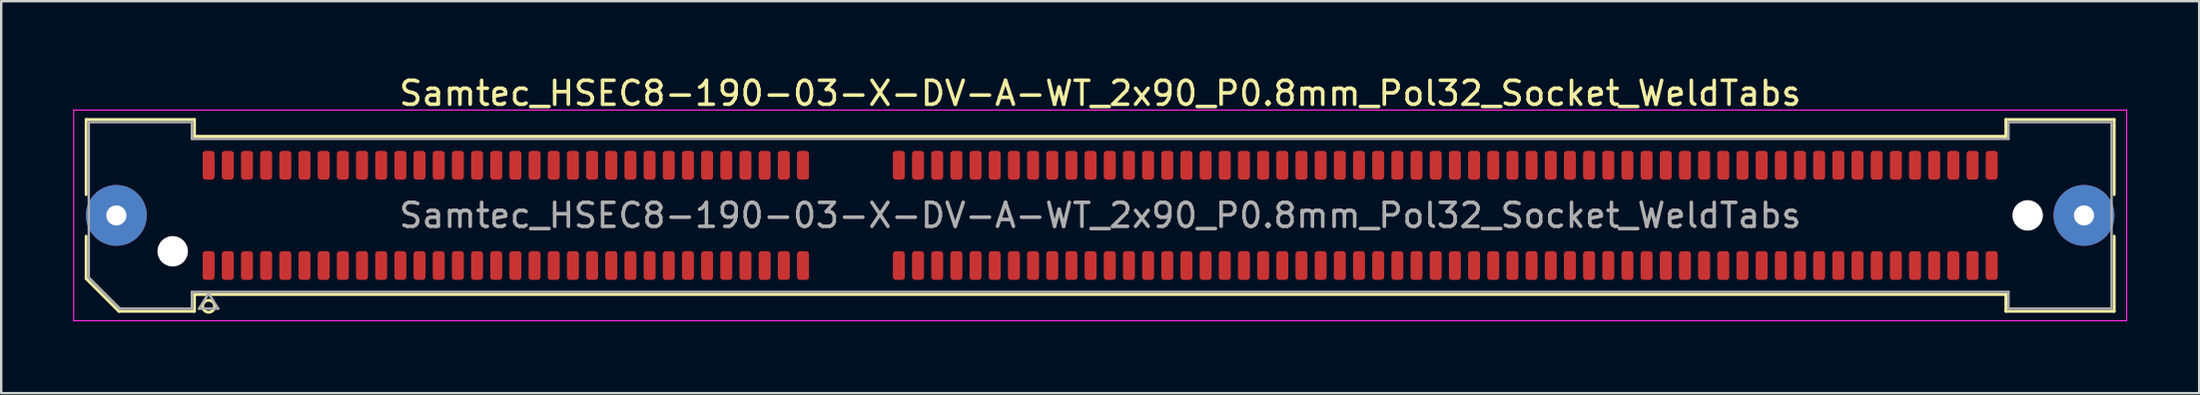
<source format=kicad_pcb>
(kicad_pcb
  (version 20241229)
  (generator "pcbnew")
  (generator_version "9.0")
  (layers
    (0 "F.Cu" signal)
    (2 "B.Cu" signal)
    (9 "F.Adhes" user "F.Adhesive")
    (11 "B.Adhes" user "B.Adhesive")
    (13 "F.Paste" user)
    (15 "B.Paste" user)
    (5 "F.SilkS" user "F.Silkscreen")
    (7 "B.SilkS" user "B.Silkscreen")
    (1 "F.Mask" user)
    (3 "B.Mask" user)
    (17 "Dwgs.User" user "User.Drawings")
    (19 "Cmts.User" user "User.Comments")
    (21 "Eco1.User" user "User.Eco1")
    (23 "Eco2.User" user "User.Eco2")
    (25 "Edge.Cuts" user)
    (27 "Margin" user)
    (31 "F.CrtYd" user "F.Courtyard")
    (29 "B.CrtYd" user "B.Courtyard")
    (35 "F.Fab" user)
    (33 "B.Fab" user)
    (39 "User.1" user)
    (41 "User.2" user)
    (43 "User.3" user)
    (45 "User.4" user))
  (footprint "Samtec_HSEC8-190-03-X-DV-A-WT_2x90_P0.8mm_Pol32_Socket_WeldTabs"
    (layer "F.Cu")
    (at 42.855 5.948)
    (property "Reference" "Samtec_HSEC8-190-03-X-DV-A-WT_2x90_P0.8mm_Pol32_Socket_WeldTabs" (at 0 -5.1 0) (layer "F.SilkS") (effects (font (size 1 1) (thickness 0.15))))
    (attr smd)
    (fp_line (start -42.31 -4.005) (end -37.79 -4.005) (stroke (width 0.12) (type solid)) (layer "F.SilkS"))
    (fp_line (start -42.31 -0.868) (end -42.31 -4.005) (stroke (width 0.12) (type solid)) (layer "F.SilkS"))
    (fp_line (start -42.31 2.641) (end -42.31 0.868) (stroke (width 0.12) (type solid)) (layer "F.SilkS"))
    (fp_line (start -40.946 4.005) (end -42.31 2.641) (stroke (width 0.12) (type solid)) (layer "F.SilkS"))
    (fp_line (start -37.79 -4.005) (end -37.79 -3.305) (stroke (width 0.12) (type solid)) (layer "F.SilkS"))
    (fp_line (start -37.79 -3.305) (end 37.79 -3.305) (stroke (width 0.12) (type solid)) (layer "F.SilkS"))
    (fp_line (start -37.79 3.305) (end -37.79 4.005) (stroke (width 0.12) (type solid)) (layer "F.SilkS"))
    (fp_line (start -37.79 4.005) (end -40.946 4.005) (stroke (width 0.12) (type solid)) (layer "F.SilkS"))
    (fp_line (start 37.79 -4.005) (end 42.31 -4.005) (stroke (width 0.12) (type solid)) (layer "F.SilkS"))
    (fp_line (start 37.79 -3.305) (end 37.79 -4.005) (stroke (width 0.12) (type solid)) (layer "F.SilkS"))
    (fp_line (start 37.79 3.305) (end -37.79 3.305) (stroke (width 0.12) (type solid)) (layer "F.SilkS"))
    (fp_line (start 37.79 4.005) (end 37.79 3.305) (stroke (width 0.12) (type solid)) (layer "F.SilkS"))
    (fp_line (start 42.31 -4.005) (end 42.31 -0.868) (stroke (width 0.12) (type solid)) (layer "F.SilkS"))
    (fp_line (start 42.31 0.868) (end 42.31 4.005) (stroke (width 0.12) (type solid)) (layer "F.SilkS"))
    (fp_line (start 42.31 4.005) (end 37.79 4.005) (stroke (width 0.12) (type solid)) (layer "F.SilkS"))
    (fp_circle (center -37.2 3.795) (end -36.95 3.795) (stroke (width 0.12) (type solid)) (fill no) (layer "F.SilkS"))
    (fp_line (start -42.83 -4.4) (end -42.83 4.4) (stroke (width 0.05) (type solid)) (layer "F.CrtYd"))
    (fp_line (start -42.83 4.4) (end 42.83 4.4) (stroke (width 0.05) (type solid)) (layer "F.CrtYd"))
    (fp_line (start 42.83 -4.4) (end -42.83 -4.4) (stroke (width 0.05) (type solid)) (layer "F.CrtYd"))
    (fp_line (start 42.83 4.4) (end 42.83 -4.4) (stroke (width 0.05) (type solid)) (layer "F.CrtYd"))
    (fp_line (start -42.2 -3.895) (end -37.9 -3.895) (stroke (width 0.1) (type solid)) (layer "F.Fab"))
    (fp_line (start -42.2 2.595) (end -42.2 -3.895) (stroke (width 0.1) (type solid)) (layer "F.Fab"))
    (fp_line (start -40.9 3.895) (end -42.2 2.595) (stroke (width 0.1) (type solid)) (layer "F.Fab"))
    (fp_line (start -37.9 -3.895) (end -37.9 -3.195) (stroke (width 0.1) (type solid)) (layer "F.Fab"))
    (fp_line (start -37.9 -3.195) (end 37.9 -3.195) (stroke (width 0.1) (type solid)) (layer "F.Fab"))
    (fp_line (start -37.9 3.195) (end -37.9 3.895) (stroke (width 0.1) (type solid)) (layer "F.Fab"))
    (fp_line (start -37.9 3.895) (end -40.9 3.895) (stroke (width 0.1) (type solid)) (layer "F.Fab"))
    (fp_line (start -37.6 3.895) (end -37.2 3.255) (stroke (width 0.1) (type solid)) (layer "F.Fab"))
    (fp_line (start -37.2 3.255) (end -36.8 3.895) (stroke (width 0.1) (type solid)) (layer "F.Fab"))
    (fp_line (start -36.8 3.895) (end -37.6 3.895) (stroke (width 0.1) (type solid)) (layer "F.Fab"))
    (fp_line (start 37.9 -3.895) (end 42.2 -3.895) (stroke (width 0.1) (type solid)) (layer "F.Fab"))
    (fp_line (start 37.9 -3.195) (end 37.9 -3.895) (stroke (width 0.1) (type solid)) (layer "F.Fab"))
    (fp_line (start 37.9 3.195) (end -37.9 3.195) (stroke (width 0.1) (type solid)) (layer "F.Fab"))
    (fp_line (start 37.9 3.895) (end 37.9 3.195) (stroke (width 0.1) (type solid)) (layer "F.Fab"))
    (fp_line (start 42.2 -3.895) (end 42.2 3.895) (stroke (width 0.1) (type solid)) (layer "F.Fab"))
    (fp_line (start 42.2 3.895) (end 37.9 3.895) (stroke (width 0.1) (type solid)) (layer "F.Fab"))
    (fp_text user "${REFERENCE}" (at 0 0 0) (layer "F.Fab") (effects (font (size 1 1) (thickness 0.15))))
    (pad "" thru_hole circle (at -41.05 0) (size 2.54 2.54) (drill 0.84) (layers "*.Cu" "*.Mask" "F.Paste"))
    (pad "" np_thru_hole circle (at -38.7 1.5) (size 1.27 1.27) (drill 1.27) (layers "*.Cu" "*.Mask"))
    (pad "" np_thru_hole circle (at 38.7 0) (size 1.27 1.27) (drill 1.27) (layers "*.Cu" "*.Mask"))
    (pad "" thru_hole circle (at 41.05 0) (size 2.54 2.54) (drill 0.84) (layers "*.Cu" "*.Mask" "F.Paste"))
    (pad "1" smd roundrect (at -37.2 2.095) (size 0.5 1.2) (layers "F.Cu" "F.Mask" "F.Paste") (roundrect_rratio 0.25))
    (pad "2" smd roundrect (at -37.2 -2.095) (size 0.5 1.2) (layers "F.Cu" "F.Mask" "F.Paste") (roundrect_rratio 0.25))
    (pad "3" smd roundrect (at -36.4 2.095) (size 0.5 1.2) (layers "F.Cu" "F.Mask" "F.Paste") (roundrect_rratio 0.25))
    (pad "4" smd roundrect (at -36.4 -2.095) (size 0.5 1.2) (layers "F.Cu" "F.Mask" "F.Paste") (roundrect_rratio 0.25))
    (pad "5" smd roundrect (at -35.6 2.095) (size 0.5 1.2) (layers "F.Cu" "F.Mask" "F.Paste") (roundrect_rratio 0.25))
    (pad "6" smd roundrect (at -35.6 -2.095) (size 0.5 1.2) (layers "F.Cu" "F.Mask" "F.Paste") (roundrect_rratio 0.25))
    (pad "7" smd roundrect (at -34.8 2.095) (size 0.5 1.2) (layers "F.Cu" "F.Mask" "F.Paste") (roundrect_rratio 0.25))
    (pad "8" smd roundrect (at -34.8 -2.095) (size 0.5 1.2) (layers "F.Cu" "F.Mask" "F.Paste") (roundrect_rratio 0.25))
    (pad "9" smd roundrect (at -34 2.095) (size 0.5 1.2) (layers "F.Cu" "F.Mask" "F.Paste") (roundrect_rratio 0.25))
    (pad "10" smd roundrect (at -34 -2.095) (size 0.5 1.2) (layers "F.Cu" "F.Mask" "F.Paste") (roundrect_rratio 0.25))
    (pad "11" smd roundrect (at -33.2 2.095) (size 0.5 1.2) (layers "F.Cu" "F.Mask" "F.Paste") (roundrect_rratio 0.25))
    (pad "12" smd roundrect (at -33.2 -2.095) (size 0.5 1.2) (layers "F.Cu" "F.Mask" "F.Paste") (roundrect_rratio 0.25))
    (pad "13" smd roundrect (at -32.4 2.095) (size 0.5 1.2) (layers "F.Cu" "F.Mask" "F.Paste") (roundrect_rratio 0.25))
    (pad "14" smd roundrect (at -32.4 -2.095) (size 0.5 1.2) (layers "F.Cu" "F.Mask" "F.Paste") (roundrect_rratio 0.25))
    (pad "15" smd roundrect (at -31.6 2.095) (size 0.5 1.2) (layers "F.Cu" "F.Mask" "F.Paste") (roundrect_rratio 0.25))
    (pad "16" smd roundrect (at -31.6 -2.095) (size 0.5 1.2) (layers "F.Cu" "F.Mask" "F.Paste") (roundrect_rratio 0.25))
    (pad "17" smd roundrect (at -30.8 2.095) (size 0.5 1.2) (layers "F.Cu" "F.Mask" "F.Paste") (roundrect_rratio 0.25))
    (pad "18" smd roundrect (at -30.8 -2.095) (size 0.5 1.2) (layers "F.Cu" "F.Mask" "F.Paste") (roundrect_rratio 0.25))
    (pad "19" smd roundrect (at -30 2.095) (size 0.5 1.2) (layers "F.Cu" "F.Mask" "F.Paste") (roundrect_rratio 0.25))
    (pad "20" smd roundrect (at -30 -2.095) (size 0.5 1.2) (layers "F.Cu" "F.Mask" "F.Paste") (roundrect_rratio 0.25))
    (pad "21" smd roundrect (at -29.2 2.095) (size 0.5 1.2) (layers "F.Cu" "F.Mask" "F.Paste") (roundrect_rratio 0.25))
    (pad "22" smd roundrect (at -29.2 -2.095) (size 0.5 1.2) (layers "F.Cu" "F.Mask" "F.Paste") (roundrect_rratio 0.25))
    (pad "23" smd roundrect (at -28.4 2.095) (size 0.5 1.2) (layers "F.Cu" "F.Mask" "F.Paste") (roundrect_rratio 0.25))
    (pad "24" smd roundrect (at -28.4 -2.095) (size 0.5 1.2) (layers "F.Cu" "F.Mask" "F.Paste") (roundrect_rratio 0.25))
    (pad "25" smd roundrect (at -27.6 2.095) (size 0.5 1.2) (layers "F.Cu" "F.Mask" "F.Paste") (roundrect_rratio 0.25))
    (pad "26" smd roundrect (at -27.6 -2.095) (size 0.5 1.2) (layers "F.Cu" "F.Mask" "F.Paste") (roundrect_rratio 0.25))
    (pad "27" smd roundrect (at -26.8 2.095) (size 0.5 1.2) (layers "F.Cu" "F.Mask" "F.Paste") (roundrect_rratio 0.25))
    (pad "28" smd roundrect (at -26.8 -2.095) (size 0.5 1.2) (layers "F.Cu" "F.Mask" "F.Paste") (roundrect_rratio 0.25))
    (pad "29" smd roundrect (at -26 2.095) (size 0.5 1.2) (layers "F.Cu" "F.Mask" "F.Paste") (roundrect_rratio 0.25))
    (pad "30" smd roundrect (at -26 -2.095) (size 0.5 1.2) (layers "F.Cu" "F.Mask" "F.Paste") (roundrect_rratio 0.25))
    (pad "31" smd roundrect (at -25.2 2.095) (size 0.5 1.2) (layers "F.Cu" "F.Mask" "F.Paste") (roundrect_rratio 0.25))
    (pad "32" smd roundrect (at -25.2 -2.095) (size 0.5 1.2) (layers "F.Cu" "F.Mask" "F.Paste") (roundrect_rratio 0.25))
    (pad "33" smd roundrect (at -24.4 2.095) (size 0.5 1.2) (layers "F.Cu" "F.Mask" "F.Paste") (roundrect_rratio 0.25))
    (pad "34" smd roundrect (at -24.4 -2.095) (size 0.5 1.2) (layers "F.Cu" "F.Mask" "F.Paste") (roundrect_rratio 0.25))
    (pad "35" smd roundrect (at -23.6 2.095) (size 0.5 1.2) (layers "F.Cu" "F.Mask" "F.Paste") (roundrect_rratio 0.25))
    (pad "36" smd roundrect (at -23.6 -2.095) (size 0.5 1.2) (layers "F.Cu" "F.Mask" "F.Paste") (roundrect_rratio 0.25))
    (pad "37" smd roundrect (at -22.8 2.095) (size 0.5 1.2) (layers "F.Cu" "F.Mask" "F.Paste") (roundrect_rratio 0.25))
    (pad "38" smd roundrect (at -22.8 -2.095) (size 0.5 1.2) (layers "F.Cu" "F.Mask" "F.Paste") (roundrect_rratio 0.25))
    (pad "39" smd roundrect (at -22 2.095) (size 0.5 1.2) (layers "F.Cu" "F.Mask" "F.Paste") (roundrect_rratio 0.25))
    (pad "40" smd roundrect (at -22 -2.095) (size 0.5 1.2) (layers "F.Cu" "F.Mask" "F.Paste") (roundrect_rratio 0.25))
    (pad "41" smd roundrect (at -21.2 2.095) (size 0.5 1.2) (layers "F.Cu" "F.Mask" "F.Paste") (roundrect_rratio 0.25))
    (pad "42" smd roundrect (at -21.2 -2.095) (size 0.5 1.2) (layers "F.Cu" "F.Mask" "F.Paste") (roundrect_rratio 0.25))
    (pad "43" smd roundrect (at -20.4 2.095) (size 0.5 1.2) (layers "F.Cu" "F.Mask" "F.Paste") (roundrect_rratio 0.25))
    (pad "44" smd roundrect (at -20.4 -2.095) (size 0.5 1.2) (layers "F.Cu" "F.Mask" "F.Paste") (roundrect_rratio 0.25))
    (pad "45" smd roundrect (at -19.6 2.095) (size 0.5 1.2) (layers "F.Cu" "F.Mask" "F.Paste") (roundrect_rratio 0.25))
    (pad "46" smd roundrect (at -19.6 -2.095) (size 0.5 1.2) (layers "F.Cu" "F.Mask" "F.Paste") (roundrect_rratio 0.25))
    (pad "47" smd roundrect (at -18.8 2.095) (size 0.5 1.2) (layers "F.Cu" "F.Mask" "F.Paste") (roundrect_rratio 0.25))
    (pad "48" smd roundrect (at -18.8 -2.095) (size 0.5 1.2) (layers "F.Cu" "F.Mask" "F.Paste") (roundrect_rratio 0.25))
    (pad "49" smd roundrect (at -18 2.095) (size 0.5 1.2) (layers "F.Cu" "F.Mask" "F.Paste") (roundrect_rratio 0.25))
    (pad "50" smd roundrect (at -18 -2.095) (size 0.5 1.2) (layers "F.Cu" "F.Mask" "F.Paste") (roundrect_rratio 0.25))
    (pad "51" smd roundrect (at -17.2 2.095) (size 0.5 1.2) (layers "F.Cu" "F.Mask" "F.Paste") (roundrect_rratio 0.25))
    (pad "52" smd roundrect (at -17.2 -2.095) (size 0.5 1.2) (layers "F.Cu" "F.Mask" "F.Paste") (roundrect_rratio 0.25))
    (pad "53" smd roundrect (at -16.4 2.095) (size 0.5 1.2) (layers "F.Cu" "F.Mask" "F.Paste") (roundrect_rratio 0.25))
    (pad "54" smd roundrect (at -16.4 -2.095) (size 0.5 1.2) (layers "F.Cu" "F.Mask" "F.Paste") (roundrect_rratio 0.25))
    (pad "55" smd roundrect (at -15.6 2.095) (size 0.5 1.2) (layers "F.Cu" "F.Mask" "F.Paste") (roundrect_rratio 0.25))
    (pad "56" smd roundrect (at -15.6 -2.095) (size 0.5 1.2) (layers "F.Cu" "F.Mask" "F.Paste") (roundrect_rratio 0.25))
    (pad "57" smd roundrect (at -14.8 2.095) (size 0.5 1.2) (layers "F.Cu" "F.Mask" "F.Paste") (roundrect_rratio 0.25))
    (pad "58" smd roundrect (at -14.8 -2.095) (size 0.5 1.2) (layers "F.Cu" "F.Mask" "F.Paste") (roundrect_rratio 0.25))
    (pad "59" smd roundrect (at -14 2.095) (size 0.5 1.2) (layers "F.Cu" "F.Mask" "F.Paste") (roundrect_rratio 0.25))
    (pad "60" smd roundrect (at -14 -2.095) (size 0.5 1.2) (layers "F.Cu" "F.Mask" "F.Paste") (roundrect_rratio 0.25))
    (pad "61" smd roundrect (at -13.2 2.095) (size 0.5 1.2) (layers "F.Cu" "F.Mask" "F.Paste") (roundrect_rratio 0.25))
    (pad "62" smd roundrect (at -13.2 -2.095) (size 0.5 1.2) (layers "F.Cu" "F.Mask" "F.Paste") (roundrect_rratio 0.25))
    (pad "63" smd roundrect (at -12.4 2.095) (size 0.5 1.2) (layers "F.Cu" "F.Mask" "F.Paste") (roundrect_rratio 0.25))
    (pad "64" smd roundrect (at -12.4 -2.095) (size 0.5 1.2) (layers "F.Cu" "F.Mask" "F.Paste") (roundrect_rratio 0.25))
    (pad "65" smd roundrect (at -8.4 2.095) (size 0.5 1.2) (layers "F.Cu" "F.Mask" "F.Paste") (roundrect_rratio 0.25))
    (pad "66" smd roundrect (at -8.4 -2.095) (size 0.5 1.2) (layers "F.Cu" "F.Mask" "F.Paste") (roundrect_rratio 0.25))
    (pad "67" smd roundrect (at -7.6 2.095) (size 0.5 1.2) (layers "F.Cu" "F.Mask" "F.Paste") (roundrect_rratio 0.25))
    (pad "68" smd roundrect (at -7.6 -2.095) (size 0.5 1.2) (layers "F.Cu" "F.Mask" "F.Paste") (roundrect_rratio 0.25))
    (pad "69" smd roundrect (at -6.8 2.095) (size 0.5 1.2) (layers "F.Cu" "F.Mask" "F.Paste") (roundrect_rratio 0.25))
    (pad "70" smd roundrect (at -6.8 -2.095) (size 0.5 1.2) (layers "F.Cu" "F.Mask" "F.Paste") (roundrect_rratio 0.25))
    (pad "71" smd roundrect (at -6 2.095) (size 0.5 1.2) (layers "F.Cu" "F.Mask" "F.Paste") (roundrect_rratio 0.25))
    (pad "72" smd roundrect (at -6 -2.095) (size 0.5 1.2) (layers "F.Cu" "F.Mask" "F.Paste") (roundrect_rratio 0.25))
    (pad "73" smd roundrect (at -5.2 2.095) (size 0.5 1.2) (layers "F.Cu" "F.Mask" "F.Paste") (roundrect_rratio 0.25))
    (pad "74" smd roundrect (at -5.2 -2.095) (size 0.5 1.2) (layers "F.Cu" "F.Mask" "F.Paste") (roundrect_rratio 0.25))
    (pad "75" smd roundrect (at -4.4 2.095) (size 0.5 1.2) (layers "F.Cu" "F.Mask" "F.Paste") (roundrect_rratio 0.25))
    (pad "76" smd roundrect (at -4.4 -2.095) (size 0.5 1.2) (layers "F.Cu" "F.Mask" "F.Paste") (roundrect_rratio 0.25))
    (pad "77" smd roundrect (at -3.6 2.095) (size 0.5 1.2) (layers "F.Cu" "F.Mask" "F.Paste") (roundrect_rratio 0.25))
    (pad "78" smd roundrect (at -3.6 -2.095) (size 0.5 1.2) (layers "F.Cu" "F.Mask" "F.Paste") (roundrect_rratio 0.25))
    (pad "79" smd roundrect (at -2.8 2.095) (size 0.5 1.2) (layers "F.Cu" "F.Mask" "F.Paste") (roundrect_rratio 0.25))
    (pad "80" smd roundrect (at -2.8 -2.095) (size 0.5 1.2) (layers "F.Cu" "F.Mask" "F.Paste") (roundrect_rratio 0.25))
    (pad "81" smd roundrect (at -2 2.095) (size 0.5 1.2) (layers "F.Cu" "F.Mask" "F.Paste") (roundrect_rratio 0.25))
    (pad "82" smd roundrect (at -2 -2.095) (size 0.5 1.2) (layers "F.Cu" "F.Mask" "F.Paste") (roundrect_rratio 0.25))
    (pad "83" smd roundrect (at -1.2 2.095) (size 0.5 1.2) (layers "F.Cu" "F.Mask" "F.Paste") (roundrect_rratio 0.25))
    (pad "84" smd roundrect (at -1.2 -2.095) (size 0.5 1.2) (layers "F.Cu" "F.Mask" "F.Paste") (roundrect_rratio 0.25))
    (pad "85" smd roundrect (at -0.4 2.095) (size 0.5 1.2) (layers "F.Cu" "F.Mask" "F.Paste") (roundrect_rratio 0.25))
    (pad "86" smd roundrect (at -0.4 -2.095) (size 0.5 1.2) (layers "F.Cu" "F.Mask" "F.Paste") (roundrect_rratio 0.25))
    (pad "87" smd roundrect (at 0.4 2.095) (size 0.5 1.2) (layers "F.Cu" "F.Mask" "F.Paste") (roundrect_rratio 0.25))
    (pad "88" smd roundrect (at 0.4 -2.095) (size 0.5 1.2) (layers "F.Cu" "F.Mask" "F.Paste") (roundrect_rratio 0.25))
    (pad "89" smd roundrect (at 1.2 2.095) (size 0.5 1.2) (layers "F.Cu" "F.Mask" "F.Paste") (roundrect_rratio 0.25))
    (pad "90" smd roundrect (at 1.2 -2.095) (size 0.5 1.2) (layers "F.Cu" "F.Mask" "F.Paste") (roundrect_rratio 0.25))
    (pad "91" smd roundrect (at 2 2.095) (size 0.5 1.2) (layers "F.Cu" "F.Mask" "F.Paste") (roundrect_rratio 0.25))
    (pad "92" smd roundrect (at 2 -2.095) (size 0.5 1.2) (layers "F.Cu" "F.Mask" "F.Paste") (roundrect_rratio 0.25))
    (pad "93" smd roundrect (at 2.8 2.095) (size 0.5 1.2) (layers "F.Cu" "F.Mask" "F.Paste") (roundrect_rratio 0.25))
    (pad "94" smd roundrect (at 2.8 -2.095) (size 0.5 1.2) (layers "F.Cu" "F.Mask" "F.Paste") (roundrect_rratio 0.25))
    (pad "95" smd roundrect (at 3.6 2.095) (size 0.5 1.2) (layers "F.Cu" "F.Mask" "F.Paste") (roundrect_rratio 0.25))
    (pad "96" smd roundrect (at 3.6 -2.095) (size 0.5 1.2) (layers "F.Cu" "F.Mask" "F.Paste") (roundrect_rratio 0.25))
    (pad "97" smd roundrect (at 4.4 2.095) (size 0.5 1.2) (layers "F.Cu" "F.Mask" "F.Paste") (roundrect_rratio 0.25))
    (pad "98" smd roundrect (at 4.4 -2.095) (size 0.5 1.2) (layers "F.Cu" "F.Mask" "F.Paste") (roundrect_rratio 0.25))
    (pad "99" smd roundrect (at 5.2 2.095) (size 0.5 1.2) (layers "F.Cu" "F.Mask" "F.Paste") (roundrect_rratio 0.25))
    (pad "100" smd roundrect (at 5.2 -2.095) (size 0.5 1.2) (layers "F.Cu" "F.Mask" "F.Paste") (roundrect_rratio 0.25))
    (pad "101" smd roundrect (at 6 2.095) (size 0.5 1.2) (layers "F.Cu" "F.Mask" "F.Paste") (roundrect_rratio 0.25))
    (pad "102" smd roundrect (at 6 -2.095) (size 0.5 1.2) (layers "F.Cu" "F.Mask" "F.Paste") (roundrect_rratio 0.25))
    (pad "103" smd roundrect (at 6.8 2.095) (size 0.5 1.2) (layers "F.Cu" "F.Mask" "F.Paste") (roundrect_rratio 0.25))
    (pad "104" smd roundrect (at 6.8 -2.095) (size 0.5 1.2) (layers "F.Cu" "F.Mask" "F.Paste") (roundrect_rratio 0.25))
    (pad "105" smd roundrect (at 7.6 2.095) (size 0.5 1.2) (layers "F.Cu" "F.Mask" "F.Paste") (roundrect_rratio 0.25))
    (pad "106" smd roundrect (at 7.6 -2.095) (size 0.5 1.2) (layers "F.Cu" "F.Mask" "F.Paste") (roundrect_rratio 0.25))
    (pad "107" smd roundrect (at 8.4 2.095) (size 0.5 1.2) (layers "F.Cu" "F.Mask" "F.Paste") (roundrect_rratio 0.25))
    (pad "108" smd roundrect (at 8.4 -2.095) (size 0.5 1.2) (layers "F.Cu" "F.Mask" "F.Paste") (roundrect_rratio 0.25))
    (pad "109" smd roundrect (at 9.2 2.095) (size 0.5 1.2) (layers "F.Cu" "F.Mask" "F.Paste") (roundrect_rratio 0.25))
    (pad "110" smd roundrect (at 9.2 -2.095) (size 0.5 1.2) (layers "F.Cu" "F.Mask" "F.Paste") (roundrect_rratio 0.25))
    (pad "111" smd roundrect (at 10 2.095) (size 0.5 1.2) (layers "F.Cu" "F.Mask" "F.Paste") (roundrect_rratio 0.25))
    (pad "112" smd roundrect (at 10 -2.095) (size 0.5 1.2) (layers "F.Cu" "F.Mask" "F.Paste") (roundrect_rratio 0.25))
    (pad "113" smd roundrect (at 10.8 2.095) (size 0.5 1.2) (layers "F.Cu" "F.Mask" "F.Paste") (roundrect_rratio 0.25))
    (pad "114" smd roundrect (at 10.8 -2.095) (size 0.5 1.2) (layers "F.Cu" "F.Mask" "F.Paste") (roundrect_rratio 0.25))
    (pad "115" smd roundrect (at 11.6 2.095) (size 0.5 1.2) (layers "F.Cu" "F.Mask" "F.Paste") (roundrect_rratio 0.25))
    (pad "116" smd roundrect (at 11.6 -2.095) (size 0.5 1.2) (layers "F.Cu" "F.Mask" "F.Paste") (roundrect_rratio 0.25))
    (pad "117" smd roundrect (at 12.4 2.095) (size 0.5 1.2) (layers "F.Cu" "F.Mask" "F.Paste") (roundrect_rratio 0.25))
    (pad "118" smd roundrect (at 12.4 -2.095) (size 0.5 1.2) (layers "F.Cu" "F.Mask" "F.Paste") (roundrect_rratio 0.25))
    (pad "119" smd roundrect (at 13.2 2.095) (size 0.5 1.2) (layers "F.Cu" "F.Mask" "F.Paste") (roundrect_rratio 0.25))
    (pad "120" smd roundrect (at 13.2 -2.095) (size 0.5 1.2) (layers "F.Cu" "F.Mask" "F.Paste") (roundrect_rratio 0.25))
    (pad "121" smd roundrect (at 14 2.095) (size 0.5 1.2) (layers "F.Cu" "F.Mask" "F.Paste") (roundrect_rratio 0.25))
    (pad "122" smd roundrect (at 14 -2.095) (size 0.5 1.2) (layers "F.Cu" "F.Mask" "F.Paste") (roundrect_rratio 0.25))
    (pad "123" smd roundrect (at 14.8 2.095) (size 0.5 1.2) (layers "F.Cu" "F.Mask" "F.Paste") (roundrect_rratio 0.25))
    (pad "124" smd roundrect (at 14.8 -2.095) (size 0.5 1.2) (layers "F.Cu" "F.Mask" "F.Paste") (roundrect_rratio 0.25))
    (pad "125" smd roundrect (at 15.6 2.095) (size 0.5 1.2) (layers "F.Cu" "F.Mask" "F.Paste") (roundrect_rratio 0.25))
    (pad "126" smd roundrect (at 15.6 -2.095) (size 0.5 1.2) (layers "F.Cu" "F.Mask" "F.Paste") (roundrect_rratio 0.25))
    (pad "127" smd roundrect (at 16.4 2.095) (size 0.5 1.2) (layers "F.Cu" "F.Mask" "F.Paste") (roundrect_rratio 0.25))
    (pad "128" smd roundrect (at 16.4 -2.095) (size 0.5 1.2) (layers "F.Cu" "F.Mask" "F.Paste") (roundrect_rratio 0.25))
    (pad "129" smd roundrect (at 17.2 2.095) (size 0.5 1.2) (layers "F.Cu" "F.Mask" "F.Paste") (roundrect_rratio 0.25))
    (pad "130" smd roundrect (at 17.2 -2.095) (size 0.5 1.2) (layers "F.Cu" "F.Mask" "F.Paste") (roundrect_rratio 0.25))
    (pad "131" smd roundrect (at 18 2.095) (size 0.5 1.2) (layers "F.Cu" "F.Mask" "F.Paste") (roundrect_rratio 0.25))
    (pad "132" smd roundrect (at 18 -2.095) (size 0.5 1.2) (layers "F.Cu" "F.Mask" "F.Paste") (roundrect_rratio 0.25))
    (pad "133" smd roundrect (at 18.8 2.095) (size 0.5 1.2) (layers "F.Cu" "F.Mask" "F.Paste") (roundrect_rratio 0.25))
    (pad "134" smd roundrect (at 18.8 -2.095) (size 0.5 1.2) (layers "F.Cu" "F.Mask" "F.Paste") (roundrect_rratio 0.25))
    (pad "135" smd roundrect (at 19.6 2.095) (size 0.5 1.2) (layers "F.Cu" "F.Mask" "F.Paste") (roundrect_rratio 0.25))
    (pad "136" smd roundrect (at 19.6 -2.095) (size 0.5 1.2) (layers "F.Cu" "F.Mask" "F.Paste") (roundrect_rratio 0.25))
    (pad "137" smd roundrect (at 20.4 2.095) (size 0.5 1.2) (layers "F.Cu" "F.Mask" "F.Paste") (roundrect_rratio 0.25))
    (pad "138" smd roundrect (at 20.4 -2.095) (size 0.5 1.2) (layers "F.Cu" "F.Mask" "F.Paste") (roundrect_rratio 0.25))
    (pad "139" smd roundrect (at 21.2 2.095) (size 0.5 1.2) (layers "F.Cu" "F.Mask" "F.Paste") (roundrect_rratio 0.25))
    (pad "140" smd roundrect (at 21.2 -2.095) (size 0.5 1.2) (layers "F.Cu" "F.Mask" "F.Paste") (roundrect_rratio 0.25))
    (pad "141" smd roundrect (at 22 2.095) (size 0.5 1.2) (layers "F.Cu" "F.Mask" "F.Paste") (roundrect_rratio 0.25))
    (pad "142" smd roundrect (at 22 -2.095) (size 0.5 1.2) (layers "F.Cu" "F.Mask" "F.Paste") (roundrect_rratio 0.25))
    (pad "143" smd roundrect (at 22.8 2.095) (size 0.5 1.2) (layers "F.Cu" "F.Mask" "F.Paste") (roundrect_rratio 0.25))
    (pad "144" smd roundrect (at 22.8 -2.095) (size 0.5 1.2) (layers "F.Cu" "F.Mask" "F.Paste") (roundrect_rratio 0.25))
    (pad "145" smd roundrect (at 23.6 2.095) (size 0.5 1.2) (layers "F.Cu" "F.Mask" "F.Paste") (roundrect_rratio 0.25))
    (pad "146" smd roundrect (at 23.6 -2.095) (size 0.5 1.2) (layers "F.Cu" "F.Mask" "F.Paste") (roundrect_rratio 0.25))
    (pad "147" smd roundrect (at 24.4 2.095) (size 0.5 1.2) (layers "F.Cu" "F.Mask" "F.Paste") (roundrect_rratio 0.25))
    (pad "148" smd roundrect (at 24.4 -2.095) (size 0.5 1.2) (layers "F.Cu" "F.Mask" "F.Paste") (roundrect_rratio 0.25))
    (pad "149" smd roundrect (at 25.2 2.095) (size 0.5 1.2) (layers "F.Cu" "F.Mask" "F.Paste") (roundrect_rratio 0.25))
    (pad "150" smd roundrect (at 25.2 -2.095) (size 0.5 1.2) (layers "F.Cu" "F.Mask" "F.Paste") (roundrect_rratio 0.25))
    (pad "151" smd roundrect (at 26 2.095) (size 0.5 1.2) (layers "F.Cu" "F.Mask" "F.Paste") (roundrect_rratio 0.25))
    (pad "152" smd roundrect (at 26 -2.095) (size 0.5 1.2) (layers "F.Cu" "F.Mask" "F.Paste") (roundrect_rratio 0.25))
    (pad "153" smd roundrect (at 26.8 2.095) (size 0.5 1.2) (layers "F.Cu" "F.Mask" "F.Paste") (roundrect_rratio 0.25))
    (pad "154" smd roundrect (at 26.8 -2.095) (size 0.5 1.2) (layers "F.Cu" "F.Mask" "F.Paste") (roundrect_rratio 0.25))
    (pad "155" smd roundrect (at 27.6 2.095) (size 0.5 1.2) (layers "F.Cu" "F.Mask" "F.Paste") (roundrect_rratio 0.25))
    (pad "156" smd roundrect (at 27.6 -2.095) (size 0.5 1.2) (layers "F.Cu" "F.Mask" "F.Paste") (roundrect_rratio 0.25))
    (pad "157" smd roundrect (at 28.4 2.095) (size 0.5 1.2) (layers "F.Cu" "F.Mask" "F.Paste") (roundrect_rratio 0.25))
    (pad "158" smd roundrect (at 28.4 -2.095) (size 0.5 1.2) (layers "F.Cu" "F.Mask" "F.Paste") (roundrect_rratio 0.25))
    (pad "159" smd roundrect (at 29.2 2.095) (size 0.5 1.2) (layers "F.Cu" "F.Mask" "F.Paste") (roundrect_rratio 0.25))
    (pad "160" smd roundrect (at 29.2 -2.095) (size 0.5 1.2) (layers "F.Cu" "F.Mask" "F.Paste") (roundrect_rratio 0.25))
    (pad "161" smd roundrect (at 30 2.095) (size 0.5 1.2) (layers "F.Cu" "F.Mask" "F.Paste") (roundrect_rratio 0.25))
    (pad "162" smd roundrect (at 30 -2.095) (size 0.5 1.2) (layers "F.Cu" "F.Mask" "F.Paste") (roundrect_rratio 0.25))
    (pad "163" smd roundrect (at 30.8 2.095) (size 0.5 1.2) (layers "F.Cu" "F.Mask" "F.Paste") (roundrect_rratio 0.25))
    (pad "164" smd roundrect (at 30.8 -2.095) (size 0.5 1.2) (layers "F.Cu" "F.Mask" "F.Paste") (roundrect_rratio 0.25))
    (pad "165" smd roundrect (at 31.6 2.095) (size 0.5 1.2) (layers "F.Cu" "F.Mask" "F.Paste") (roundrect_rratio 0.25))
    (pad "166" smd roundrect (at 31.6 -2.095) (size 0.5 1.2) (layers "F.Cu" "F.Mask" "F.Paste") (roundrect_rratio 0.25))
    (pad "167" smd roundrect (at 32.4 2.095) (size 0.5 1.2) (layers "F.Cu" "F.Mask" "F.Paste") (roundrect_rratio 0.25))
    (pad "168" smd roundrect (at 32.4 -2.095) (size 0.5 1.2) (layers "F.Cu" "F.Mask" "F.Paste") (roundrect_rratio 0.25))
    (pad "169" smd roundrect (at 33.2 2.095) (size 0.5 1.2) (layers "F.Cu" "F.Mask" "F.Paste") (roundrect_rratio 0.25))
    (pad "170" smd roundrect (at 33.2 -2.095) (size 0.5 1.2) (layers "F.Cu" "F.Mask" "F.Paste") (roundrect_rratio 0.25))
    (pad "171" smd roundrect (at 34 2.095) (size 0.5 1.2) (layers "F.Cu" "F.Mask" "F.Paste") (roundrect_rratio 0.25))
    (pad "172" smd roundrect (at 34 -2.095) (size 0.5 1.2) (layers "F.Cu" "F.Mask" "F.Paste") (roundrect_rratio 0.25))
    (pad "173" smd roundrect (at 34.8 2.095) (size 0.5 1.2) (layers "F.Cu" "F.Mask" "F.Paste") (roundrect_rratio 0.25))
    (pad "174" smd roundrect (at 34.8 -2.095) (size 0.5 1.2) (layers "F.Cu" "F.Mask" "F.Paste") (roundrect_rratio 0.25))
    (pad "175" smd roundrect (at 35.6 2.095) (size 0.5 1.2) (layers "F.Cu" "F.Mask" "F.Paste") (roundrect_rratio 0.25))
    (pad "176" smd roundrect (at 35.6 -2.095) (size 0.5 1.2) (layers "F.Cu" "F.Mask" "F.Paste") (roundrect_rratio 0.25))
    (pad "177" smd roundrect (at 36.4 2.095) (size 0.5 1.2) (layers "F.Cu" "F.Mask" "F.Paste") (roundrect_rratio 0.25))
    (pad "178" smd roundrect (at 36.4 -2.095) (size 0.5 1.2) (layers "F.Cu" "F.Mask" "F.Paste") (roundrect_rratio 0.25))
    (pad "179" smd roundrect (at 37.2 2.095) (size 0.5 1.2) (layers "F.Cu" "F.Mask" "F.Paste") (roundrect_rratio 0.25))
    (pad "180" smd roundrect (at 37.2 -2.095) (size 0.5 1.2) (layers "F.Cu" "F.Mask" "F.Paste") (roundrect_rratio 0.25)))
  (gr_rect
    (start -3 -3)
    (end 88.71 13.373)
    (stroke (width 0.1) (type default))
    (fill no)
    (layer "Edge.Cuts")))
</source>
